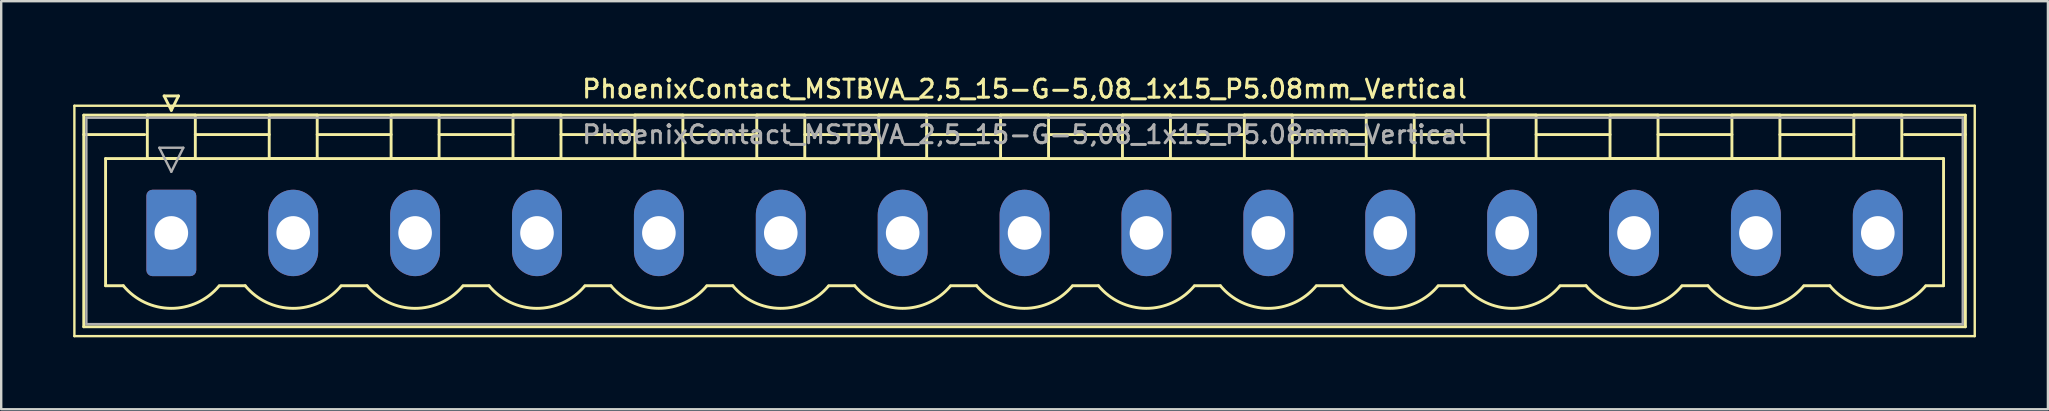
<source format=kicad_pcb>
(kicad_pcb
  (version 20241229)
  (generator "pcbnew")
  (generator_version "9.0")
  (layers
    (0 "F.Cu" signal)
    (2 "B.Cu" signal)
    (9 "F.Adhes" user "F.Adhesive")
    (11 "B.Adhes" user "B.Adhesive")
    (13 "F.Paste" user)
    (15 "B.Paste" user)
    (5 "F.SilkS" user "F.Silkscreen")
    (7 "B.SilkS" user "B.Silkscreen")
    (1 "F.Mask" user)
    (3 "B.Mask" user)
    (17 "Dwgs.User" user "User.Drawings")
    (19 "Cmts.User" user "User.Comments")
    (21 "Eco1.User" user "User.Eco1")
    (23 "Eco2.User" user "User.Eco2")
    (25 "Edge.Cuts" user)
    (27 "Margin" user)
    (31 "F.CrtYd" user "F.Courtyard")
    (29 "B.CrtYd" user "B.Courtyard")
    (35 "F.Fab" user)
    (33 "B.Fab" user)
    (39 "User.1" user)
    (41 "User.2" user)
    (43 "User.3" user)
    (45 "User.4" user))
  (footprint "PhoenixContact_MSTBVA_2,5_15-G-5,08_1x15_P5.08mm_Vertical"
    (layer "F.Cu")
    (at 4.09 6.658)
    (property "Reference" "PhoenixContact_MSTBVA_2,5_15-G-5,08_1x15_P5.08mm_Vertical" (at 35.56 -6 0) (layer "F.SilkS") (effects (font (size 0.75 0.75) (thickness 0.125))))
    (attr through_hole)
    (fp_line (start -4.04 -5.3) (end -4.04 4.3) (stroke (width 0.1) (type solid)) (layer "F.SilkS"))
    (fp_line (start -4.04 4.3) (end 75.16 4.3) (stroke (width 0.1) (type solid)) (layer "F.SilkS"))
    (fp_line (start -3.65 -4.91) (end -3.65 3.91) (stroke (width 0.12) (type solid)) (layer "F.SilkS"))
    (fp_line (start -3.65 -4.1) (end -1.11 -4.1) (stroke (width 0.12) (type solid)) (layer "F.SilkS"))
    (fp_line (start -3.65 3.91) (end 74.77 3.91) (stroke (width 0.12) (type solid)) (layer "F.SilkS"))
    (fp_line (start -2.74 -3.1) (end 73.86 -3.1) (stroke (width 0.12) (type solid)) (layer "F.SilkS"))
    (fp_line (start -2.74 2.2) (end -2.74 -3.1) (stroke (width 0.12) (type solid)) (layer "F.SilkS"))
    (fp_line (start -2 2.2) (end -2.74 2.2) (stroke (width 0.12) (type solid)) (layer "F.SilkS"))
    (fp_line (start -1 -4.91) (end 1 -4.91) (stroke (width 0.12) (type solid)) (layer "F.SilkS"))
    (fp_line (start -1 -3.1) (end -1 -4.91) (stroke (width 0.12) (type solid)) (layer "F.SilkS"))
    (fp_line (start -0.3 -5.71) (end 0.3 -5.71) (stroke (width 0.12) (type solid)) (layer "F.SilkS"))
    (fp_line (start 0 -5.11) (end -0.3 -5.71) (stroke (width 0.12) (type solid)) (layer "F.SilkS"))
    (fp_line (start 0.3 -5.71) (end 0 -5.11) (stroke (width 0.12) (type solid)) (layer "F.SilkS"))
    (fp_line (start 1 -4.91) (end 1 -3.1) (stroke (width 0.12) (type solid)) (layer "F.SilkS"))
    (fp_line (start 1 -4.1) (end 4.08 -4.1) (stroke (width 0.12) (type solid)) (layer "F.SilkS"))
    (fp_line (start 1 -3.1) (end -1 -3.1) (stroke (width 0.12) (type solid)) (layer "F.SilkS"))
    (fp_line (start 2 2.2) (end 3.08 2.2) (stroke (width 0.12) (type solid)) (layer "F.SilkS"))
    (fp_line (start 4.08 -4.91) (end 6.08 -4.91) (stroke (width 0.12) (type solid)) (layer "F.SilkS"))
    (fp_line (start 4.08 -3.1) (end 4.08 -4.91) (stroke (width 0.12) (type solid)) (layer "F.SilkS"))
    (fp_line (start 6.08 -4.91) (end 6.08 -3.1) (stroke (width 0.12) (type solid)) (layer "F.SilkS"))
    (fp_line (start 6.08 -4.1) (end 9.16 -4.1) (stroke (width 0.12) (type solid)) (layer "F.SilkS"))
    (fp_line (start 6.08 -3.1) (end 4.08 -3.1) (stroke (width 0.12) (type solid)) (layer "F.SilkS"))
    (fp_line (start 7.08 2.2) (end 8.16 2.2) (stroke (width 0.12) (type solid)) (layer "F.SilkS"))
    (fp_line (start 9.16 -4.91) (end 11.16 -4.91) (stroke (width 0.12) (type solid)) (layer "F.SilkS"))
    (fp_line (start 9.16 -3.1) (end 9.16 -4.91) (stroke (width 0.12) (type solid)) (layer "F.SilkS"))
    (fp_line (start 11.16 -4.91) (end 11.16 -3.1) (stroke (width 0.12) (type solid)) (layer "F.SilkS"))
    (fp_line (start 11.16 -4.1) (end 14.24 -4.1) (stroke (width 0.12) (type solid)) (layer "F.SilkS"))
    (fp_line (start 11.16 -3.1) (end 9.16 -3.1) (stroke (width 0.12) (type solid)) (layer "F.SilkS"))
    (fp_line (start 12.16 2.2) (end 13.24 2.2) (stroke (width 0.12) (type solid)) (layer "F.SilkS"))
    (fp_line (start 14.24 -4.91) (end 16.24 -4.91) (stroke (width 0.12) (type solid)) (layer "F.SilkS"))
    (fp_line (start 14.24 -3.1) (end 14.24 -4.91) (stroke (width 0.12) (type solid)) (layer "F.SilkS"))
    (fp_line (start 16.24 -4.91) (end 16.24 -3.1) (stroke (width 0.12) (type solid)) (layer "F.SilkS"))
    (fp_line (start 16.24 -4.1) (end 19.32 -4.1) (stroke (width 0.12) (type solid)) (layer "F.SilkS"))
    (fp_line (start 16.24 -3.1) (end 14.24 -3.1) (stroke (width 0.12) (type solid)) (layer "F.SilkS"))
    (fp_line (start 17.24 2.2) (end 18.32 2.2) (stroke (width 0.12) (type solid)) (layer "F.SilkS"))
    (fp_line (start 19.32 -4.91) (end 21.32 -4.91) (stroke (width 0.12) (type solid)) (layer "F.SilkS"))
    (fp_line (start 19.32 -3.1) (end 19.32 -4.91) (stroke (width 0.12) (type solid)) (layer "F.SilkS"))
    (fp_line (start 21.32 -4.91) (end 21.32 -3.1) (stroke (width 0.12) (type solid)) (layer "F.SilkS"))
    (fp_line (start 21.32 -4.1) (end 24.4 -4.1) (stroke (width 0.12) (type solid)) (layer "F.SilkS"))
    (fp_line (start 21.32 -3.1) (end 19.32 -3.1) (stroke (width 0.12) (type solid)) (layer "F.SilkS"))
    (fp_line (start 22.32 2.2) (end 23.4 2.2) (stroke (width 0.12) (type solid)) (layer "F.SilkS"))
    (fp_line (start 24.4 -4.91) (end 26.4 -4.91) (stroke (width 0.12) (type solid)) (layer "F.SilkS"))
    (fp_line (start 24.4 -3.1) (end 24.4 -4.91) (stroke (width 0.12) (type solid)) (layer "F.SilkS"))
    (fp_line (start 26.4 -4.91) (end 26.4 -3.1) (stroke (width 0.12) (type solid)) (layer "F.SilkS"))
    (fp_line (start 26.4 -4.1) (end 29.48 -4.1) (stroke (width 0.12) (type solid)) (layer "F.SilkS"))
    (fp_line (start 26.4 -3.1) (end 24.4 -3.1) (stroke (width 0.12) (type solid)) (layer "F.SilkS"))
    (fp_line (start 27.4 2.2) (end 28.48 2.2) (stroke (width 0.12) (type solid)) (layer "F.SilkS"))
    (fp_line (start 29.48 -4.91) (end 31.48 -4.91) (stroke (width 0.12) (type solid)) (layer "F.SilkS"))
    (fp_line (start 29.48 -3.1) (end 29.48 -4.91) (stroke (width 0.12) (type solid)) (layer "F.SilkS"))
    (fp_line (start 31.48 -4.91) (end 31.48 -3.1) (stroke (width 0.12) (type solid)) (layer "F.SilkS"))
    (fp_line (start 31.48 -4.1) (end 34.56 -4.1) (stroke (width 0.12) (type solid)) (layer "F.SilkS"))
    (fp_line (start 31.48 -3.1) (end 29.48 -3.1) (stroke (width 0.12) (type solid)) (layer "F.SilkS"))
    (fp_line (start 32.48 2.2) (end 33.56 2.2) (stroke (width 0.12) (type solid)) (layer "F.SilkS"))
    (fp_line (start 34.56 -4.91) (end 36.56 -4.91) (stroke (width 0.12) (type solid)) (layer "F.SilkS"))
    (fp_line (start 34.56 -3.1) (end 34.56 -4.91) (stroke (width 0.12) (type solid)) (layer "F.SilkS"))
    (fp_line (start 36.56 -4.91) (end 36.56 -3.1) (stroke (width 0.12) (type solid)) (layer "F.SilkS"))
    (fp_line (start 36.56 -4.1) (end 39.64 -4.1) (stroke (width 0.12) (type solid)) (layer "F.SilkS"))
    (fp_line (start 36.56 -3.1) (end 34.56 -3.1) (stroke (width 0.12) (type solid)) (layer "F.SilkS"))
    (fp_line (start 37.56 2.2) (end 38.64 2.2) (stroke (width 0.12) (type solid)) (layer "F.SilkS"))
    (fp_line (start 39.64 -4.91) (end 41.64 -4.91) (stroke (width 0.12) (type solid)) (layer "F.SilkS"))
    (fp_line (start 39.64 -3.1) (end 39.64 -4.91) (stroke (width 0.12) (type solid)) (layer "F.SilkS"))
    (fp_line (start 41.64 -4.91) (end 41.64 -3.1) (stroke (width 0.12) (type solid)) (layer "F.SilkS"))
    (fp_line (start 41.64 -4.1) (end 44.72 -4.1) (stroke (width 0.12) (type solid)) (layer "F.SilkS"))
    (fp_line (start 41.64 -3.1) (end 39.64 -3.1) (stroke (width 0.12) (type solid)) (layer "F.SilkS"))
    (fp_line (start 42.64 2.2) (end 43.72 2.2) (stroke (width 0.12) (type solid)) (layer "F.SilkS"))
    (fp_line (start 44.72 -4.91) (end 46.72 -4.91) (stroke (width 0.12) (type solid)) (layer "F.SilkS"))
    (fp_line (start 44.72 -3.1) (end 44.72 -4.91) (stroke (width 0.12) (type solid)) (layer "F.SilkS"))
    (fp_line (start 46.72 -4.91) (end 46.72 -3.1) (stroke (width 0.12) (type solid)) (layer "F.SilkS"))
    (fp_line (start 46.72 -4.1) (end 49.8 -4.1) (stroke (width 0.12) (type solid)) (layer "F.SilkS"))
    (fp_line (start 46.72 -3.1) (end 44.72 -3.1) (stroke (width 0.12) (type solid)) (layer "F.SilkS"))
    (fp_line (start 47.72 2.2) (end 48.8 2.2) (stroke (width 0.12) (type solid)) (layer "F.SilkS"))
    (fp_line (start 49.8 -4.91) (end 51.8 -4.91) (stroke (width 0.12) (type solid)) (layer "F.SilkS"))
    (fp_line (start 49.8 -3.1) (end 49.8 -4.91) (stroke (width 0.12) (type solid)) (layer "F.SilkS"))
    (fp_line (start 51.8 -4.91) (end 51.8 -3.1) (stroke (width 0.12) (type solid)) (layer "F.SilkS"))
    (fp_line (start 51.8 -4.1) (end 54.88 -4.1) (stroke (width 0.12) (type solid)) (layer "F.SilkS"))
    (fp_line (start 51.8 -3.1) (end 49.8 -3.1) (stroke (width 0.12) (type solid)) (layer "F.SilkS"))
    (fp_line (start 52.8 2.2) (end 53.88 2.2) (stroke (width 0.12) (type solid)) (layer "F.SilkS"))
    (fp_line (start 54.88 -4.91) (end 56.88 -4.91) (stroke (width 0.12) (type solid)) (layer "F.SilkS"))
    (fp_line (start 54.88 -3.1) (end 54.88 -4.91) (stroke (width 0.12) (type solid)) (layer "F.SilkS"))
    (fp_line (start 56.88 -4.91) (end 56.88 -3.1) (stroke (width 0.12) (type solid)) (layer "F.SilkS"))
    (fp_line (start 56.88 -4.1) (end 59.96 -4.1) (stroke (width 0.12) (type solid)) (layer "F.SilkS"))
    (fp_line (start 56.88 -3.1) (end 54.88 -3.1) (stroke (width 0.12) (type solid)) (layer "F.SilkS"))
    (fp_line (start 57.88 2.2) (end 58.96 2.2) (stroke (width 0.12) (type solid)) (layer "F.SilkS"))
    (fp_line (start 59.96 -4.91) (end 61.96 -4.91) (stroke (width 0.12) (type solid)) (layer "F.SilkS"))
    (fp_line (start 59.96 -3.1) (end 59.96 -4.91) (stroke (width 0.12) (type solid)) (layer "F.SilkS"))
    (fp_line (start 61.96 -4.91) (end 61.96 -3.1) (stroke (width 0.12) (type solid)) (layer "F.SilkS"))
    (fp_line (start 61.96 -4.1) (end 65.04 -4.1) (stroke (width 0.12) (type solid)) (layer "F.SilkS"))
    (fp_line (start 61.96 -3.1) (end 59.96 -3.1) (stroke (width 0.12) (type solid)) (layer "F.SilkS"))
    (fp_line (start 62.96 2.2) (end 64.04 2.2) (stroke (width 0.12) (type solid)) (layer "F.SilkS"))
    (fp_line (start 65.04 -4.91) (end 67.04 -4.91) (stroke (width 0.12) (type solid)) (layer "F.SilkS"))
    (fp_line (start 65.04 -3.1) (end 65.04 -4.91) (stroke (width 0.12) (type solid)) (layer "F.SilkS"))
    (fp_line (start 67.04 -4.91) (end 67.04 -3.1) (stroke (width 0.12) (type solid)) (layer "F.SilkS"))
    (fp_line (start 67.04 -4.1) (end 70.12 -4.1) (stroke (width 0.12) (type solid)) (layer "F.SilkS"))
    (fp_line (start 67.04 -3.1) (end 65.04 -3.1) (stroke (width 0.12) (type solid)) (layer "F.SilkS"))
    (fp_line (start 68.04 2.2) (end 69.12 2.2) (stroke (width 0.12) (type solid)) (layer "F.SilkS"))
    (fp_line (start 70.12 -4.91) (end 72.12 -4.91) (stroke (width 0.12) (type solid)) (layer "F.SilkS"))
    (fp_line (start 70.12 -3.1) (end 70.12 -4.91) (stroke (width 0.12) (type solid)) (layer "F.SilkS"))
    (fp_line (start 72.12 -4.91) (end 72.12 -3.1) (stroke (width 0.12) (type solid)) (layer "F.SilkS"))
    (fp_line (start 72.12 -3.1) (end 70.12 -3.1) (stroke (width 0.12) (type solid)) (layer "F.SilkS"))
    (fp_line (start 73.86 -3.1) (end 73.86 2.2) (stroke (width 0.12) (type solid)) (layer "F.SilkS"))
    (fp_line (start 73.86 2.2) (end 73.12 2.2) (stroke (width 0.12) (type solid)) (layer "F.SilkS"))
    (fp_line (start 74.77 -4.91) (end -3.65 -4.91) (stroke (width 0.12) (type solid)) (layer "F.SilkS"))
    (fp_line (start 74.77 -4.1) (end 72.23 -4.1) (stroke (width 0.12) (type solid)) (layer "F.SilkS"))
    (fp_line (start 74.77 3.91) (end 74.77 -4.91) (stroke (width 0.12) (type solid)) (layer "F.SilkS"))
    (fp_line (start 75.16 -5.3) (end -4.04 -5.3) (stroke (width 0.1) (type solid)) (layer "F.SilkS"))
    (fp_line (start 75.16 4.3) (end 75.16 -5.3) (stroke (width 0.1) (type solid)) (layer "F.SilkS"))
    (fp_arc (start 1.986842 2.215821) (mid -0.010289 3.142758) (end -2 2.2) (stroke (width 0.12) (type solid)) (layer "F.SilkS"))
    (fp_arc (start 7.066842 2.215821) (mid 5.069711 3.142758) (end 3.08 2.2) (stroke (width 0.12) (type solid)) (layer "F.SilkS"))
    (fp_arc (start 12.146842 2.215821) (mid 10.149711 3.142758) (end 8.16 2.2) (stroke (width 0.12) (type solid)) (layer "F.SilkS"))
    (fp_arc (start 17.226842 2.215821) (mid 15.229711 3.142758) (end 13.24 2.2) (stroke (width 0.12) (type solid)) (layer "F.SilkS"))
    (fp_arc (start 22.306842 2.215821) (mid 20.309711 3.142758) (end 18.32 2.2) (stroke (width 0.12) (type solid)) (layer "F.SilkS"))
    (fp_arc (start 27.386842 2.215821) (mid 25.389711 3.142758) (end 23.4 2.2) (stroke (width 0.12) (type solid)) (layer "F.SilkS"))
    (fp_arc (start 32.466842 2.215821) (mid 30.469711 3.142758) (end 28.48 2.2) (stroke (width 0.12) (type solid)) (layer "F.SilkS"))
    (fp_arc (start 37.546842 2.215821) (mid 35.549711 3.142758) (end 33.56 2.2) (stroke (width 0.12) (type solid)) (layer "F.SilkS"))
    (fp_arc (start 42.626842 2.215821) (mid 40.629711 3.142758) (end 38.64 2.2) (stroke (width 0.12) (type solid)) (layer "F.SilkS"))
    (fp_arc (start 47.706842 2.215821) (mid 45.709711 3.142758) (end 43.72 2.2) (stroke (width 0.12) (type solid)) (layer "F.SilkS"))
    (fp_arc (start 52.786842 2.215821) (mid 50.789711 3.142758) (end 48.8 2.2) (stroke (width 0.12) (type solid)) (layer "F.SilkS"))
    (fp_arc (start 57.866842 2.215821) (mid 55.869711 3.142758) (end 53.88 2.2) (stroke (width 0.12) (type solid)) (layer "F.SilkS"))
    (fp_arc (start 62.946842 2.215821) (mid 60.949711 3.142758) (end 58.96 2.2) (stroke (width 0.12) (type solid)) (layer "F.SilkS"))
    (fp_arc (start 68.026842 2.215821) (mid 66.029711 3.142758) (end 64.04 2.2) (stroke (width 0.12) (type solid)) (layer "F.SilkS"))
    (fp_arc (start 73.106842 2.215821) (mid 71.109711 3.142758) (end 69.12 2.2) (stroke (width 0.12) (type solid)) (layer "F.SilkS"))
    (fp_line (start -3.54 -4.8) (end -3.54 3.8) (stroke (width 0.1) (type solid)) (layer "F.Fab"))
    (fp_line (start -3.54 3.8) (end 74.66 3.8) (stroke (width 0.1) (type solid)) (layer "F.Fab"))
    (fp_line (start -0.5 -3.55) (end 0.5 -3.55) (stroke (width 0.1) (type solid)) (layer "F.Fab"))
    (fp_line (start 0 -2.55) (end -0.5 -3.55) (stroke (width 0.1) (type solid)) (layer "F.Fab"))
    (fp_line (start 0.5 -3.55) (end 0 -2.55) (stroke (width 0.1) (type solid)) (layer "F.Fab"))
    (fp_line (start 74.66 -4.8) (end -3.54 -4.8) (stroke (width 0.1) (type solid)) (layer "F.Fab"))
    (fp_line (start 74.66 3.8) (end 74.66 -4.8) (stroke (width 0.1) (type solid)) (layer "F.Fab"))
    (fp_text user "${REFERENCE}" (at 35.56 -4.1 0) (layer "F.Fab") (effects (font (size 0.75 0.75) (thickness 0.125))))
    (pad "1" thru_hole roundrect (at 0 0) (size 2.08 3.6) (drill 1.4) (layers "*.Cu" "*.Mask") (roundrect_rratio 0.12))
    (pad "2" thru_hole oval (at 5.08 0) (size 2.08 3.6) (drill 1.4) (layers "*.Cu" "*.Mask"))
    (pad "3" thru_hole oval (at 10.16 0) (size 2.08 3.6) (drill 1.4) (layers "*.Cu" "*.Mask"))
    (pad "4" thru_hole oval (at 15.24 0) (size 2.08 3.6) (drill 1.4) (layers "*.Cu" "*.Mask"))
    (pad "5" thru_hole oval (at 20.32 0) (size 2.08 3.6) (drill 1.4) (layers "*.Cu" "*.Mask"))
    (pad "6" thru_hole oval (at 25.4 0) (size 2.08 3.6) (drill 1.4) (layers "*.Cu" "*.Mask"))
    (pad "7" thru_hole oval (at 30.48 0) (size 2.08 3.6) (drill 1.4) (layers "*.Cu" "*.Mask"))
    (pad "8" thru_hole oval (at 35.56 0) (size 2.08 3.6) (drill 1.4) (layers "*.Cu" "*.Mask"))
    (pad "9" thru_hole oval (at 40.64 0) (size 2.08 3.6) (drill 1.4) (layers "*.Cu" "*.Mask"))
    (pad "10" thru_hole oval (at 45.72 0) (size 2.08 3.6) (drill 1.4) (layers "*.Cu" "*.Mask"))
    (pad "11" thru_hole oval (at 50.8 0) (size 2.08 3.6) (drill 1.4) (layers "*.Cu" "*.Mask"))
    (pad "12" thru_hole oval (at 55.88 0) (size 2.08 3.6) (drill 1.4) (layers "*.Cu" "*.Mask"))
    (pad "13" thru_hole oval (at 60.96 0) (size 2.08 3.6) (drill 1.4) (layers "*.Cu" "*.Mask"))
    (pad "14" thru_hole oval (at 66.04 0) (size 2.08 3.6) (drill 1.4) (layers "*.Cu" "*.Mask"))
    (pad "15" thru_hole oval (at 71.12 0) (size 2.08 3.6) (drill 1.4) (layers "*.Cu" "*.Mask")))
  (gr_rect
    (start -3 -3)
    (end 82.3 14.008)
    (stroke (width 0.1) (type default))
    (fill no)
    (layer "Edge.Cuts")))
</source>
